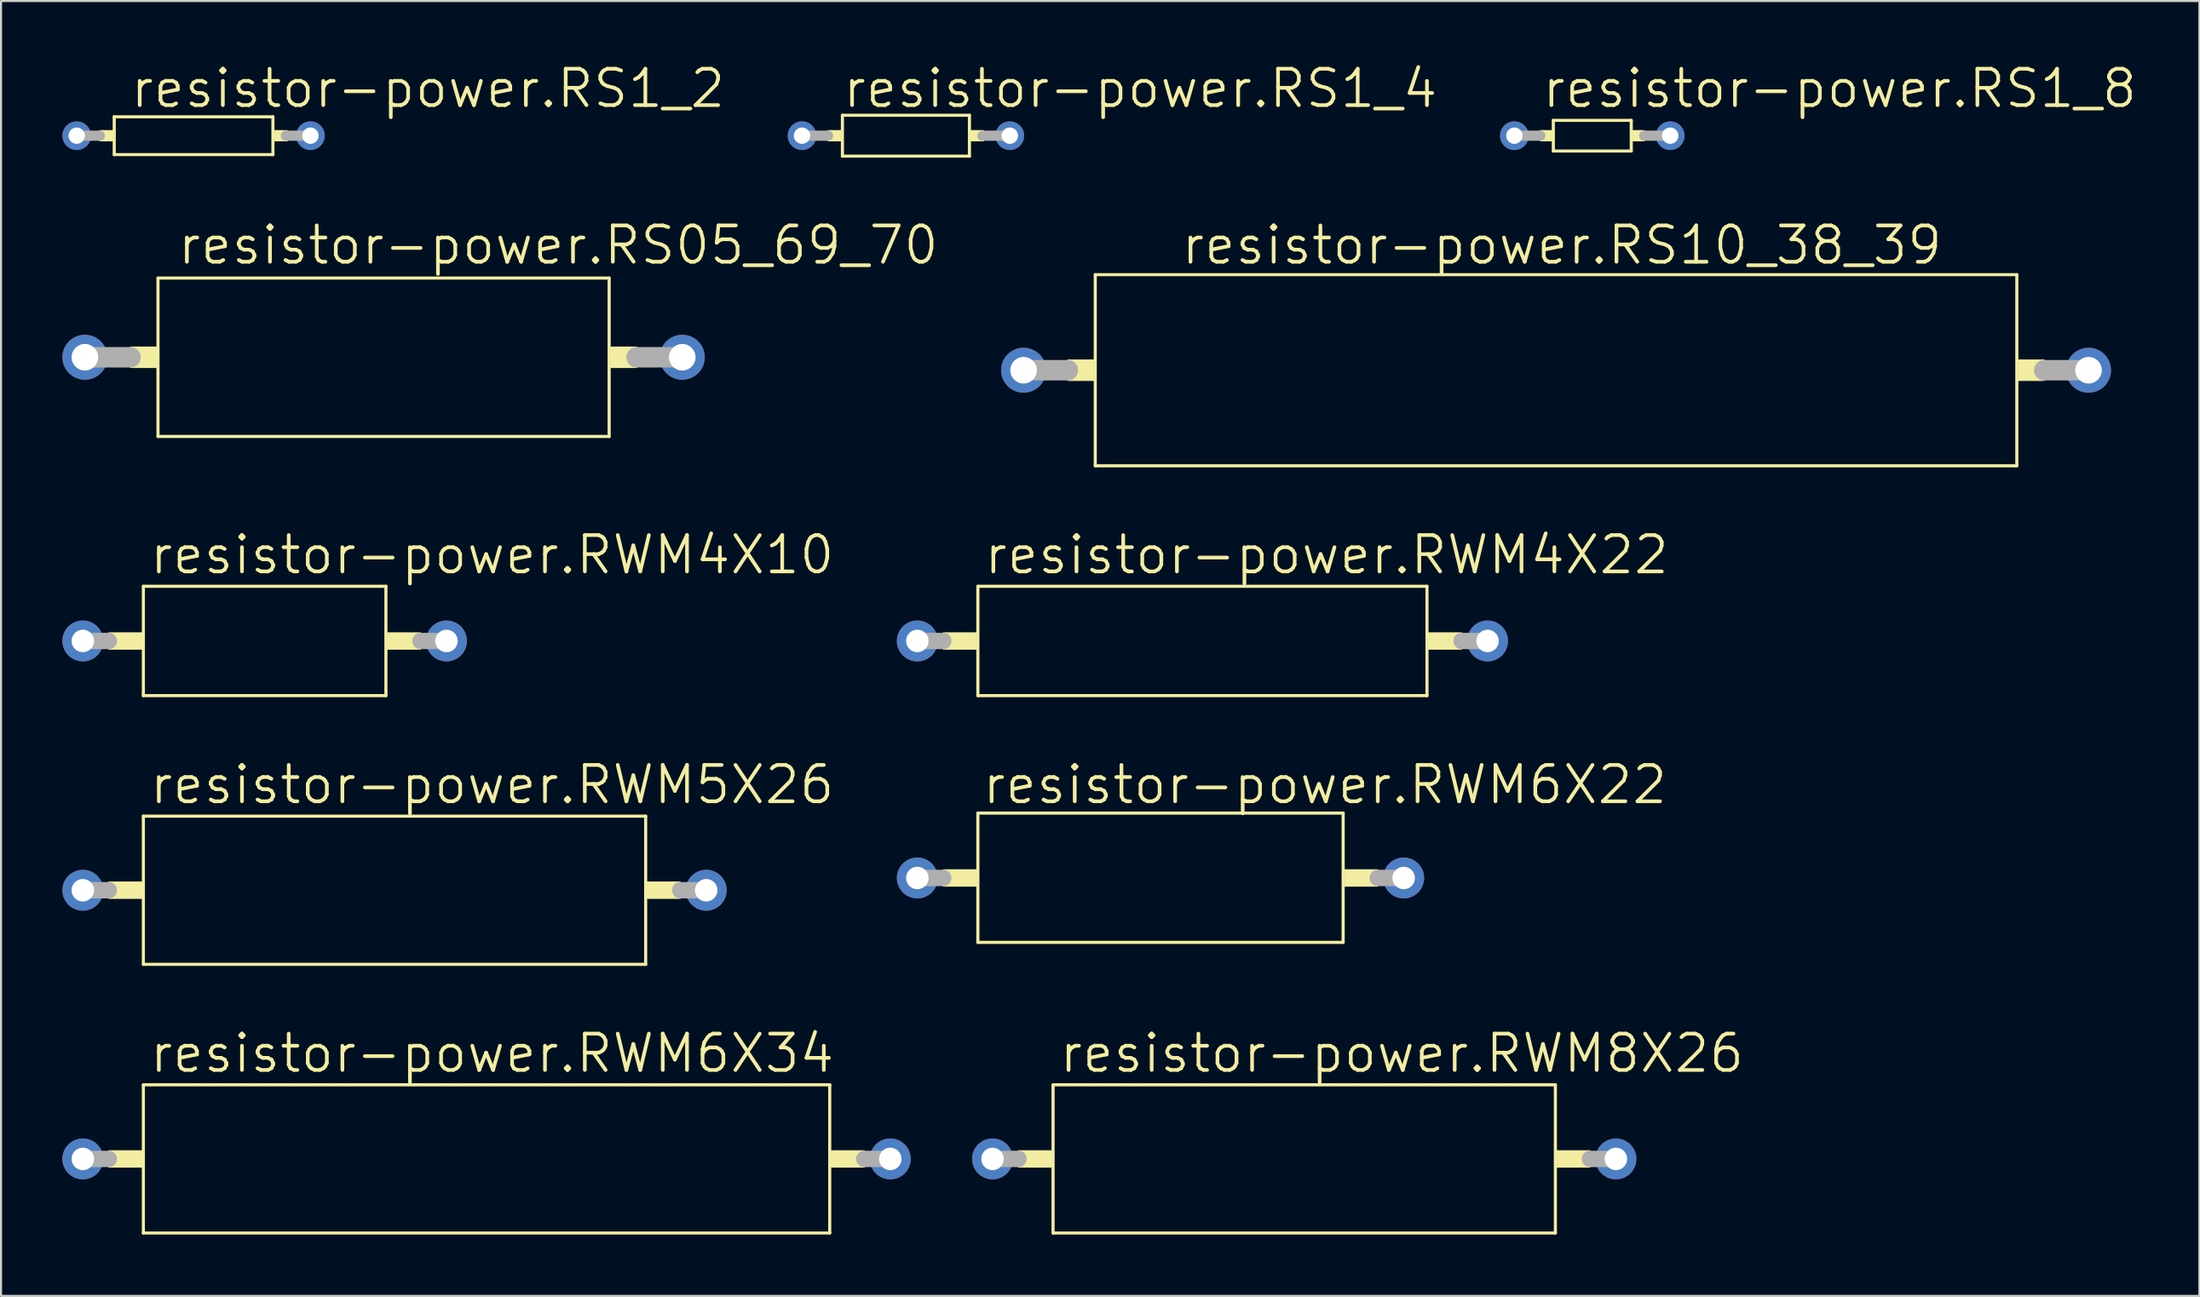
<source format=kicad_pcb>
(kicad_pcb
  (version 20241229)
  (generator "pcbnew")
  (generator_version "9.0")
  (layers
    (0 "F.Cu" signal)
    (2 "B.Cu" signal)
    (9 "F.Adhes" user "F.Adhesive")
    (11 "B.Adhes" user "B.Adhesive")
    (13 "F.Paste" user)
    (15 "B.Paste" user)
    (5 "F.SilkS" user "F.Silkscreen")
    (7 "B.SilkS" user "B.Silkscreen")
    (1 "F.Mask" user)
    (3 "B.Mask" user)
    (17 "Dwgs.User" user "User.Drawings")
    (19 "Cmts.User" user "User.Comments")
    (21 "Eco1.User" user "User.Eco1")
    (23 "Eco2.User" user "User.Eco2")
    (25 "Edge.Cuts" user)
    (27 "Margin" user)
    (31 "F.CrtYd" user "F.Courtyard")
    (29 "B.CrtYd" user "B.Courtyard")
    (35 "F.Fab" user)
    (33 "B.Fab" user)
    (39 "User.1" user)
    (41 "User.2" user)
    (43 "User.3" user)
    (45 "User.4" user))
  (footprint "resistor-power.RWM5X26"
    (layer "F.Cu")
    (at 16.24 40.501)
    (property "Reference" "resistor-power.RWM5X26" (at -12.065 -4.125 0) (layer "F.SilkS") (effects (font (size 1.778 1.778) (thickness 0.18)) (justify left bottom)))
    (attr through_hole)
    (fp_line (start -12.28 -3.625) (end -12.28 3.625) (stroke (width 0.152) (type default)) (layer "F.SilkS"))
    (fp_line (start -12.28 3.625) (end 12.28 3.625) (stroke (width 0.152) (type default)) (layer "F.SilkS"))
    (fp_line (start 12.28 -3.625) (end -12.28 -3.625) (stroke (width 0.152) (type default)) (layer "F.SilkS"))
    (fp_line (start 12.28 3.625) (end 12.28 -3.625) (stroke (width 0.152) (type default)) (layer "F.SilkS"))
    (fp_rect (start -13.97 0.4) (end -12.355 -0.4) (stroke (width 0.05) (type default)) (fill yes) (layer "F.SilkS"))
    (fp_rect (start 12.355 0.4) (end 13.97 -0.4) (stroke (width 0.05) (type default)) (fill yes) (layer "F.SilkS"))
    (fp_line (start -15.24 0) (end -13.97 0) (stroke (width 0.8) (type default)) (layer "F.Fab"))
    (fp_line (start 13.97 0) (end 15.24 0) (stroke (width 0.8) (type default)) (layer "F.Fab"))
    (pad "1" thru_hole circle (at -15.24 0) (size 2 2) (drill 1.1) (layers "*.Cu" "*.Mask"))
    (pad "2" thru_hole circle (at 15.24 0) (size 2 2) (drill 1.1) (layers "*.Cu" "*.Mask")))
  (footprint "resistor-power.RWM6X22"
    (layer "F.Cu")
    (at 53.693 39.901)
    (property "Reference" "resistor-power.RWM6X22" (at -8.8 -3.525 0) (layer "F.SilkS") (effects (font (size 1.778 1.778) (thickness 0.18)) (justify left bottom)))
    (attr through_hole)
    (fp_line (start -8.93 -3.175) (end -8.93 3.15) (stroke (width 0.152) (type default)) (layer "F.SilkS"))
    (fp_line (start -8.93 3.15) (end 8.93 3.15) (stroke (width 0.152) (type default)) (layer "F.SilkS"))
    (fp_line (start 8.93 -3.175) (end -8.93 -3.175) (stroke (width 0.152) (type default)) (layer "F.SilkS"))
    (fp_line (start 8.93 3.15) (end 8.93 -3.175) (stroke (width 0.152) (type default)) (layer "F.SilkS"))
    (fp_rect (start -10.62 0.4) (end -9.005 -0.4) (stroke (width 0.05) (type default)) (fill yes) (layer "F.SilkS"))
    (fp_rect (start 9.005 0.4) (end 10.62 -0.4) (stroke (width 0.05) (type default)) (fill yes) (layer "F.SilkS"))
    (fp_line (start -11.89 0) (end -10.62 0) (stroke (width 0.8) (type default)) (layer "F.Fab"))
    (fp_line (start 10.62 0) (end 11.89 0) (stroke (width 0.8) (type default)) (layer "F.Fab"))
    (pad "1" thru_hole circle (at -11.89 0) (size 2 2) (drill 1.1) (layers "*.Cu" "*.Mask"))
    (pad "2" thru_hole circle (at 11.89 0) (size 2 2) (drill 1.1) (layers "*.Cu" "*.Mask")))
  (footprint "resistor-power.RWM8X26"
    (layer "F.Cu")
    (at 60.72 53.645)
    (property "Reference" "resistor-power.RWM8X26" (at -12.065 -4.125 0) (layer "F.SilkS") (effects (font (size 1.778 1.778) (thickness 0.18)) (justify left bottom)))
    (attr through_hole)
    (fp_line (start -12.28 -3.625) (end -12.28 3.625) (stroke (width 0.152) (type default)) (layer "F.SilkS"))
    (fp_line (start -12.28 3.625) (end 12.28 3.625) (stroke (width 0.152) (type default)) (layer "F.SilkS"))
    (fp_line (start 12.28 -3.625) (end -12.28 -3.625) (stroke (width 0.152) (type default)) (layer "F.SilkS"))
    (fp_line (start 12.28 3.625) (end 12.28 -3.625) (stroke (width 0.152) (type default)) (layer "F.SilkS"))
    (fp_rect (start -13.97 0.4) (end -12.355 -0.4) (stroke (width 0.05) (type default)) (fill yes) (layer "F.SilkS"))
    (fp_rect (start 12.355 0.4) (end 13.97 -0.4) (stroke (width 0.05) (type default)) (fill yes) (layer "F.SilkS"))
    (fp_line (start -15.24 0) (end -13.97 0) (stroke (width 0.8) (type default)) (layer "F.Fab"))
    (fp_line (start 13.97 0) (end 15.24 0) (stroke (width 0.8) (type default)) (layer "F.Fab"))
    (pad "1" thru_hole circle (at -15.24 0) (size 2 2) (drill 1.1) (layers "*.Cu" "*.Mask"))
    (pad "2" thru_hole circle (at 15.24 0) (size 2 2) (drill 1.1) (layers "*.Cu" "*.Mask")))
  (footprint "resistor-power.RS1_8"
    (layer "F.Cu")
    (at 74.805 3.588)
    (property "Reference" "resistor-power.RS1_8" (at -2.54 -1.27 0) (layer "F.SilkS") (effects (font (size 1.778 1.778) (thickness 0.18)) (justify left bottom)))
    (attr through_hole)
    (fp_line (start -1.905 -0.75) (end -1.905 0.75) (stroke (width 0.152) (type default)) (layer "F.SilkS"))
    (fp_line (start -1.905 0.75) (end 1.905 0.75) (stroke (width 0.152) (type default)) (layer "F.SilkS"))
    (fp_line (start 1.905 -0.75) (end -1.905 -0.75) (stroke (width 0.152) (type default)) (layer "F.SilkS"))
    (fp_line (start 1.905 0.75) (end 1.905 -0.75) (stroke (width 0.152) (type default)) (layer "F.SilkS"))
    (fp_rect (start -2.54 0.25) (end -1.98 -0.25) (stroke (width 0.05) (type default)) (fill yes) (layer "F.SilkS"))
    (fp_rect (start 1.98 0.25) (end 2.54 -0.25) (stroke (width 0.05) (type default)) (fill yes) (layer "F.SilkS"))
    (fp_line (start -3.81 0) (end -2.54 0) (stroke (width 0.5) (type default)) (layer "F.Fab"))
    (fp_line (start 2.54 0) (end 3.81 0) (stroke (width 0.5) (type default)) (layer "F.Fab"))
    (pad "1" thru_hole circle (at -3.81 0) (size 1.4 1.4) (drill 0.8) (layers "*.Cu" "*.Mask"))
    (pad "2" thru_hole circle (at 3.81 0) (size 1.4 1.4) (drill 0.8) (layers "*.Cu" "*.Mask")))
  (footprint "resistor-power.RWM4X10"
    (layer "F.Cu")
    (at 9.89 28.306)
    (property "Reference" "resistor-power.RWM4X10" (at -5.715 -3.175 0) (layer "F.SilkS") (effects (font (size 1.778 1.778) (thickness 0.18)) (justify left bottom)))
    (attr through_hole)
    (fp_line (start -5.93 -2.675) (end -5.93 2.675) (stroke (width 0.152) (type default)) (layer "F.SilkS"))
    (fp_line (start -5.93 2.675) (end 5.93 2.675) (stroke (width 0.152) (type default)) (layer "F.SilkS"))
    (fp_line (start 5.93 -2.675) (end -5.93 -2.675) (stroke (width 0.152) (type default)) (layer "F.SilkS"))
    (fp_line (start 5.93 2.675) (end 5.93 -2.675) (stroke (width 0.152) (type default)) (layer "F.SilkS"))
    (fp_rect (start -7.62 0.4) (end -6.005 -0.4) (stroke (width 0.05) (type default)) (fill yes) (layer "F.SilkS"))
    (fp_rect (start 6.005 0.4) (end 7.62 -0.4) (stroke (width 0.05) (type default)) (fill yes) (layer "F.SilkS"))
    (fp_line (start -8.89 0) (end -7.62 0) (stroke (width 0.8) (type default)) (layer "F.Fab"))
    (fp_line (start 7.62 0) (end 8.89 0) (stroke (width 0.8) (type default)) (layer "F.Fab"))
    (pad "1" thru_hole circle (at -8.89 0) (size 2 2) (drill 1.1) (layers "*.Cu" "*.Mask"))
    (pad "2" thru_hole circle (at 8.89 0) (size 2 2) (drill 1.1) (layers "*.Cu" "*.Mask")))
  (footprint "resistor-power.RS05_69_70"
    (layer "F.Cu")
    (at 15.705 14.427)
    (property "Reference" "resistor-power.RS05_69_70" (at -10.16 -4.445 0) (layer "F.SilkS") (effects (font (size 1.778 1.778) (thickness 0.18)) (justify left bottom)))
    (attr through_hole)
    (fp_line (start -11.03 -3.875) (end -11.03 3.875) (stroke (width 0.152) (type default)) (layer "F.SilkS"))
    (fp_line (start -11.03 3.875) (end 11.03 3.875) (stroke (width 0.152) (type default)) (layer "F.SilkS"))
    (fp_line (start 11.03 -3.875) (end -11.03 -3.875) (stroke (width 0.152) (type default)) (layer "F.SilkS"))
    (fp_line (start 11.03 3.875) (end 11.03 -3.875) (stroke (width 0.152) (type default)) (layer "F.SilkS"))
    (fp_rect (start -12.37 0.5) (end -11.105 -0.5) (stroke (width 0.05) (type default)) (fill yes) (layer "F.SilkS"))
    (fp_rect (start 11.105 0.5) (end 12.37 -0.5) (stroke (width 0.05) (type default)) (fill yes) (layer "F.SilkS"))
    (fp_line (start -14.605 0) (end -12.37 0) (stroke (width 1) (type default)) (layer "F.Fab"))
    (fp_line (start 12.37 0) (end 14.605 0) (stroke (width 1) (type default)) (layer "F.Fab"))
    (pad "1" thru_hole circle (at -14.605 0) (size 2.2 2.2) (drill 1.3) (layers "*.Cu" "*.Mask"))
    (pad "2" thru_hole circle (at 14.605 0 90) (size 2.2 2.2) (drill 1.3) (layers "*.Cu" "*.Mask")))
  (footprint "resistor-power.RWM6X34"
    (layer "F.Cu")
    (at 20.74 53.645)
    (property "Reference" "resistor-power.RWM6X34" (at -16.565 -4.125 0) (layer "F.SilkS") (effects (font (size 1.778 1.778) (thickness 0.18)) (justify left bottom)))
    (attr through_hole)
    (fp_line (start -16.78 -3.625) (end -16.78 3.625) (stroke (width 0.152) (type default)) (layer "F.SilkS"))
    (fp_line (start -16.78 3.625) (end 16.78 3.625) (stroke (width 0.152) (type default)) (layer "F.SilkS"))
    (fp_line (start 16.78 -3.625) (end -16.78 -3.625) (stroke (width 0.152) (type default)) (layer "F.SilkS"))
    (fp_line (start 16.78 3.625) (end 16.78 -3.625) (stroke (width 0.152) (type default)) (layer "F.SilkS"))
    (fp_rect (start -18.47 0.4) (end -16.855 -0.4) (stroke (width 0.05) (type default)) (fill yes) (layer "F.SilkS"))
    (fp_rect (start 16.855 0.4) (end 18.47 -0.4) (stroke (width 0.05) (type default)) (fill yes) (layer "F.SilkS"))
    (fp_line (start -19.74 0) (end -18.47 0) (stroke (width 0.8) (type default)) (layer "F.Fab"))
    (fp_line (start 18.47 0) (end 19.74 0) (stroke (width 0.8) (type default)) (layer "F.Fab"))
    (pad "1" thru_hole circle (at -19.74 0) (size 2 2) (drill 1.1) (layers "*.Cu" "*.Mask"))
    (pad "2" thru_hole circle (at 19.74 0) (size 2 2) (drill 1.1) (layers "*.Cu" "*.Mask")))
  (footprint "resistor-power.RS10_38_39"
    (layer "F.Cu")
    (at 73.033 15.062)
    (property "Reference" "resistor-power.RS10_38_39" (at -18.415 -5.08 0) (layer "F.SilkS") (effects (font (size 1.778 1.778) (thickness 0.18)) (justify left bottom)))
    (attr through_hole)
    (fp_line (start -22.53 -4.675) (end -22.53 4.675) (stroke (width 0.152) (type default)) (layer "F.SilkS"))
    (fp_line (start -22.53 4.675) (end 22.53 4.675) (stroke (width 0.152) (type default)) (layer "F.SilkS"))
    (fp_line (start 22.53 -4.675) (end -22.53 -4.675) (stroke (width 0.152) (type default)) (layer "F.SilkS"))
    (fp_line (start 22.53 4.675) (end 22.53 -4.675) (stroke (width 0.152) (type default)) (layer "F.SilkS"))
    (fp_rect (start -23.87 0.5) (end -22.605 -0.5) (stroke (width 0.05) (type default)) (fill yes) (layer "F.SilkS"))
    (fp_rect (start 22.605 0.5) (end 23.87 -0.5) (stroke (width 0.05) (type default)) (fill yes) (layer "F.SilkS"))
    (fp_line (start -26.035 0) (end -23.87 0) (stroke (width 1) (type default)) (layer "F.Fab"))
    (fp_line (start 23.87 0) (end 26.035 0) (stroke (width 1) (type default)) (layer "F.Fab"))
    (pad "1" thru_hole circle (at -26.035 0) (size 2.2 2.2) (drill 1.3) (layers "*.Cu" "*.Mask"))
    (pad "2" thru_hole circle (at 26.035 0 90) (size 2.2 2.2) (drill 1.3) (layers "*.Cu" "*.Mask")))
  (footprint "resistor-power.RS1_2"
    (layer "F.Cu")
    (at 6.415 3.588)
    (property "Reference" "resistor-power.RS1_2" (at -3.175 -1.27 0) (layer "F.SilkS") (effects (font (size 1.778 1.778) (thickness 0.18)) (justify left bottom)))
    (attr through_hole)
    (fp_line (start -3.88 -0.925) (end -3.88 0.925) (stroke (width 0.152) (type default)) (layer "F.SilkS"))
    (fp_line (start -3.88 0.925) (end 3.88 0.925) (stroke (width 0.152) (type default)) (layer "F.SilkS"))
    (fp_line (start 3.88 -0.925) (end -3.88 -0.925) (stroke (width 0.152) (type default)) (layer "F.SilkS"))
    (fp_line (start 3.88 0.925) (end 3.88 -0.925) (stroke (width 0.152) (type default)) (layer "F.SilkS"))
    (fp_rect (start -4.585 0.25) (end -3.955 -0.25) (stroke (width 0.05) (type default)) (fill yes) (layer "F.SilkS"))
    (fp_rect (start 3.955 0.25) (end 4.585 -0.25) (stroke (width 0.05) (type default)) (fill yes) (layer "F.SilkS"))
    (fp_line (start -5.715 0) (end -4.585 0) (stroke (width 0.5) (type default)) (layer "F.Fab"))
    (fp_line (start 4.515 0) (end 5.715 0) (stroke (width 0.5) (type default)) (layer "F.Fab"))
    (pad "1" thru_hole circle (at -5.715 0) (size 1.4 1.4) (drill 0.8) (layers "*.Cu" "*.Mask"))
    (pad "2" thru_hole circle (at 5.715 0 90) (size 1.4 1.4) (drill 0.8) (layers "*.Cu" "*.Mask")))
  (footprint "resistor-power.RWM4X22"
    (layer "F.Cu")
    (at 55.743 28.306)
    (property "Reference" "resistor-power.RWM4X22" (at -10.765 -3.175 0) (layer "F.SilkS") (effects (font (size 1.778 1.778) (thickness 0.18)) (justify left bottom)))
    (attr through_hole)
    (fp_line (start -10.98 -2.675) (end -10.98 2.675) (stroke (width 0.152) (type default)) (layer "F.SilkS"))
    (fp_line (start -10.98 2.675) (end 10.98 2.675) (stroke (width 0.152) (type default)) (layer "F.SilkS"))
    (fp_line (start 10.98 -2.675) (end -10.98 -2.675) (stroke (width 0.152) (type default)) (layer "F.SilkS"))
    (fp_line (start 10.98 2.675) (end 10.98 -2.675) (stroke (width 0.152) (type default)) (layer "F.SilkS"))
    (fp_rect (start -12.67 0.4) (end -11.055 -0.4) (stroke (width 0.05) (type default)) (fill yes) (layer "F.SilkS"))
    (fp_rect (start 11.055 0.4) (end 12.67 -0.4) (stroke (width 0.05) (type default)) (fill yes) (layer "F.SilkS"))
    (fp_line (start -13.94 0) (end -12.67 0) (stroke (width 0.8) (type default)) (layer "F.Fab"))
    (fp_line (start 12.67 0) (end 13.94 0) (stroke (width 0.8) (type default)) (layer "F.Fab"))
    (pad "1" thru_hole circle (at -13.94 0) (size 2 2) (drill 1.1) (layers "*.Cu" "*.Mask"))
    (pad "2" thru_hole circle (at 13.94 0) (size 2 2) (drill 1.1) (layers "*.Cu" "*.Mask")))
  (footprint "resistor-power.RS1_4"
    (layer "F.Cu")
    (at 41.245 3.588)
    (property "Reference" "resistor-power.RS1_4" (at -3.175 -1.27 0) (layer "F.SilkS") (effects (font (size 1.778 1.778) (thickness 0.18)) (justify left bottom)))
    (attr through_hole)
    (fp_line (start -3.105 -1) (end -3.105 1) (stroke (width 0.152) (type default)) (layer "F.SilkS"))
    (fp_line (start -3.105 1) (end 3.105 1) (stroke (width 0.152) (type default)) (layer "F.SilkS"))
    (fp_line (start 3.105 -1) (end -3.105 -1) (stroke (width 0.152) (type default)) (layer "F.SilkS"))
    (fp_line (start 3.105 1) (end 3.105 -1) (stroke (width 0.152) (type default)) (layer "F.SilkS"))
    (fp_rect (start -3.81 0.25) (end -3.18 -0.25) (stroke (width 0.05) (type default)) (fill yes) (layer "F.SilkS"))
    (fp_rect (start 3.18 0.25) (end 3.81 -0.25) (stroke (width 0.05) (type default)) (fill yes) (layer "F.SilkS"))
    (fp_line (start -5.08 0) (end -3.81 0) (stroke (width 0.5) (type default)) (layer "F.Fab"))
    (fp_line (start 3.74 0) (end 5.08 0) (stroke (width 0.5) (type default)) (layer "F.Fab"))
    (pad "1" thru_hole circle (at -5.08 0) (size 1.4 1.4) (drill 0.8) (layers "*.Cu" "*.Mask"))
    (pad "2" thru_hole circle (at 5.08 0 90) (size 1.4 1.4) (drill 0.8) (layers "*.Cu" "*.Mask")))
  (gr_rect
    (start -3 -3)
    (end 104.49 60.346)
    (stroke (width 0.1) (type default))
    (fill no)
    (layer "Edge.Cuts")))
</source>
